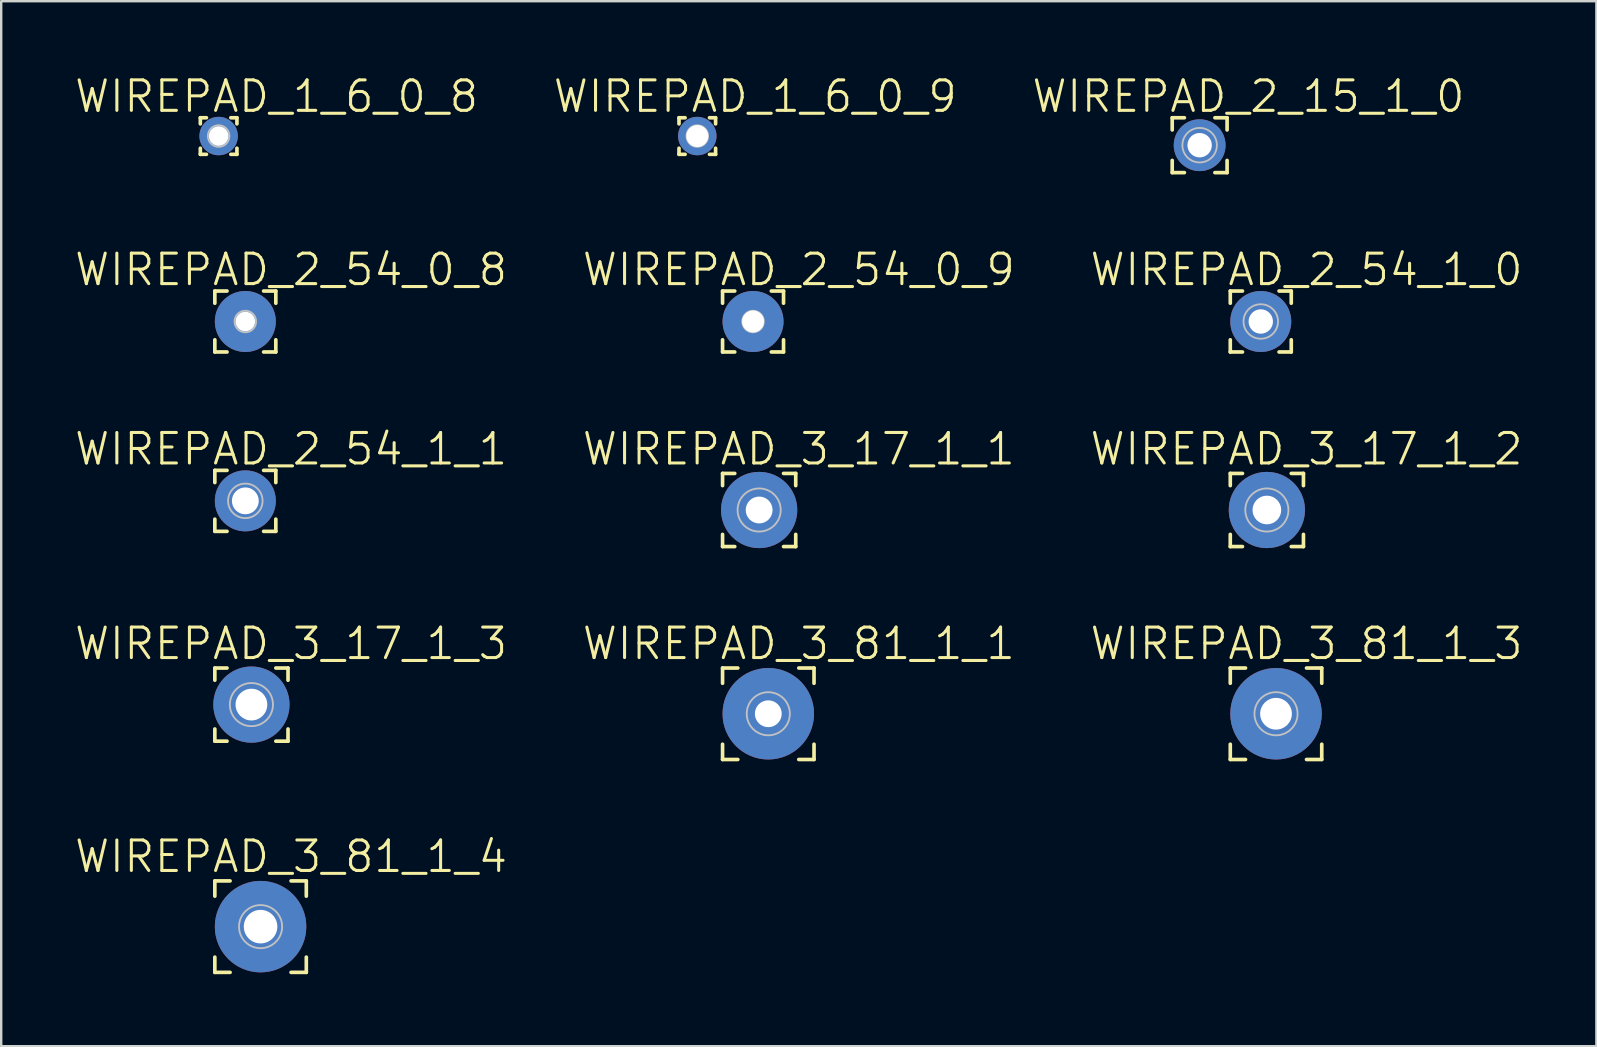
<source format=kicad_pcb>
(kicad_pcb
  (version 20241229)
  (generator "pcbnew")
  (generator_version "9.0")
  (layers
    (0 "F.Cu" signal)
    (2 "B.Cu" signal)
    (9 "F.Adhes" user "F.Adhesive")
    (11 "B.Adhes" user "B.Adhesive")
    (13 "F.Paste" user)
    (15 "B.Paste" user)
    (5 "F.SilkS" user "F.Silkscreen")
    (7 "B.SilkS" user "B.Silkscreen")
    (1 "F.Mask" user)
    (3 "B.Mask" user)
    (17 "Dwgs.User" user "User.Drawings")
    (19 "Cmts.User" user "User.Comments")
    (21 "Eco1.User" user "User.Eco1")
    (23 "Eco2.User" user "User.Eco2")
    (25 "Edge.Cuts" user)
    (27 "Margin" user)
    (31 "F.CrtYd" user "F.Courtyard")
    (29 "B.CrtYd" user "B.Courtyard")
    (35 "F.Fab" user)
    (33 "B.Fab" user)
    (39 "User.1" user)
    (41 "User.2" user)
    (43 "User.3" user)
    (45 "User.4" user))
  (footprint "WIREPAD_2_54_1_0"
    (layer "F.Cu")
    (at 49.467 10.342)
    (property "Reference" "WIREPAD_2_54_1_0" (at 1.905 -2.159 0) (layer "F.SilkS") (effects (font (size 1.27 1.27) (thickness 0.127))))
    (attr exclude_from_pos_files exclude_from_bom)
    (fp_line (start -1.27 -1.27) (end -1.27 -0.762) (stroke (width 0.152) (type solid)) (layer "F.SilkS"))
    (fp_line (start -1.27 -1.27) (end -0.762 -1.27) (stroke (width 0.152) (type solid)) (layer "F.SilkS"))
    (fp_line (start -1.27 1.27) (end -1.27 0.762) (stroke (width 0.152) (type solid)) (layer "F.SilkS"))
    (fp_line (start -1.27 1.27) (end -0.762 1.27) (stroke (width 0.152) (type solid)) (layer "F.SilkS"))
    (fp_line (start 0.762 1.27) (end 1.27 1.27) (stroke (width 0.152) (type solid)) (layer "F.SilkS"))
    (fp_line (start 1.27 -1.27) (end 0.762 -1.27) (stroke (width 0.152) (type solid)) (layer "F.SilkS"))
    (fp_line (start 1.27 -1.27) (end 1.27 -0.762) (stroke (width 0.152) (type solid)) (layer "F.SilkS"))
    (fp_line (start 1.27 1.27) (end 1.27 0.762) (stroke (width 0.152) (type solid)) (layer "F.SilkS"))
    (fp_circle (center 0 0) (end -0.508 0.508) (stroke (width 0.076) (type solid)) (fill no) (layer "Dwgs.User"))
    (pad "1" thru_hole circle (at 0 0) (size 2.54 2.54) (drill 1.016) (layers "*.Cu" "*.Paste" "*.Mask")))
  (footprint "WIREPAD_2_54_0_8"
    (layer "F.Cu")
    (at 7.169 10.342)
    (property "Reference" "WIREPAD_2_54_0_8" (at 1.905 -2.159 0) (layer "F.SilkS") (effects (font (size 1.27 1.27) (thickness 0.127))))
    (attr exclude_from_pos_files exclude_from_bom)
    (fp_line (start -1.27 -1.27) (end -1.27 -0.762) (stroke (width 0.152) (type solid)) (layer "F.SilkS"))
    (fp_line (start -1.27 -1.27) (end -0.762 -1.27) (stroke (width 0.152) (type solid)) (layer "F.SilkS"))
    (fp_line (start -1.27 1.27) (end -1.27 0.762) (stroke (width 0.152) (type solid)) (layer "F.SilkS"))
    (fp_line (start -0.762 1.27) (end -1.27 1.27) (stroke (width 0.152) (type solid)) (layer "F.SilkS"))
    (fp_line (start 1.27 -1.27) (end 0.762 -1.27) (stroke (width 0.152) (type solid)) (layer "F.SilkS"))
    (fp_line (start 1.27 -1.27) (end 1.27 -0.762) (stroke (width 0.152) (type solid)) (layer "F.SilkS"))
    (fp_line (start 1.27 0.762) (end 1.27 1.27) (stroke (width 0.152) (type solid)) (layer "F.SilkS"))
    (fp_line (start 1.27 1.27) (end 0.762 1.27) (stroke (width 0.152) (type solid)) (layer "F.SilkS"))
    (fp_circle (center 0 0) (end -0.318 0.318) (stroke (width 0.076) (type solid)) (fill no) (layer "Dwgs.User"))
    (pad "1" thru_hole circle (at 0 0) (size 2.54 2.54) (drill 0.813) (layers "*.Cu" "*.Paste" "*.Mask")))
  (footprint "WIREPAD_3_81_1_3"
    (layer "F.Cu")
    (at 50.102 26.681)
    (property "Reference" "WIREPAD_3_81_1_3" (at 1.27 -2.921 0) (layer "F.SilkS") (effects (font (size 1.27 1.27) (thickness 0.127))))
    (attr exclude_from_pos_files exclude_from_bom)
    (fp_line (start -1.905 -1.905) (end -1.27 -1.905) (stroke (width 0.152) (type solid)) (layer "F.SilkS"))
    (fp_line (start -1.905 -1.27) (end -1.905 -1.905) (stroke (width 0.152) (type solid)) (layer "F.SilkS"))
    (fp_line (start -1.905 1.905) (end -1.905 1.27) (stroke (width 0.152) (type solid)) (layer "F.SilkS"))
    (fp_line (start -1.27 1.905) (end -1.905 1.905) (stroke (width 0.152) (type solid)) (layer "F.SilkS"))
    (fp_line (start 1.27 -1.905) (end 1.905 -1.905) (stroke (width 0.152) (type solid)) (layer "F.SilkS"))
    (fp_line (start 1.905 -1.905) (end 1.905 -1.27) (stroke (width 0.152) (type solid)) (layer "F.SilkS"))
    (fp_line (start 1.905 1.27) (end 1.905 1.905) (stroke (width 0.152) (type solid)) (layer "F.SilkS"))
    (fp_line (start 1.905 1.905) (end 1.27 1.905) (stroke (width 0.152) (type solid)) (layer "F.SilkS"))
    (fp_circle (center 0 0) (end -0.635 0.635) (stroke (width 0.076) (type solid)) (fill no) (layer "Dwgs.User"))
    (pad "1" thru_hole circle (at 0 0) (size 3.81 3.81) (drill 1.321) (layers "*.Cu" "*.Paste" "*.Mask")))
  (footprint "WIREPAD_3_17_1_3"
    (layer "F.Cu")
    (at 7.423 26.3)
    (property "Reference" "WIREPAD_3_17_1_3" (at 1.651 -2.54 0) (layer "F.SilkS") (effects (font (size 1.27 1.27) (thickness 0.127))))
    (attr exclude_from_pos_files exclude_from_bom)
    (fp_line (start -1.524 -1.524) (end -1.016 -1.524) (stroke (width 0.152) (type solid)) (layer "F.SilkS"))
    (fp_line (start -1.524 -1.016) (end -1.524 -1.524) (stroke (width 0.152) (type solid)) (layer "F.SilkS"))
    (fp_line (start -1.524 1.524) (end -1.524 1.016) (stroke (width 0.152) (type solid)) (layer "F.SilkS"))
    (fp_line (start -1.016 1.524) (end -1.524 1.524) (stroke (width 0.152) (type solid)) (layer "F.SilkS"))
    (fp_line (start 1.016 -1.524) (end 1.524 -1.524) (stroke (width 0.152) (type solid)) (layer "F.SilkS"))
    (fp_line (start 1.524 -1.524) (end 1.524 -1.016) (stroke (width 0.152) (type solid)) (layer "F.SilkS"))
    (fp_line (start 1.524 1.016) (end 1.524 1.524) (stroke (width 0.152) (type solid)) (layer "F.SilkS"))
    (fp_line (start 1.524 1.524) (end 1.016 1.524) (stroke (width 0.152) (type solid)) (layer "F.SilkS"))
    (fp_circle (center 0 0) (end -0.635 0.635) (stroke (width 0.076) (type solid)) (fill no) (layer "Dwgs.User"))
    (pad "1" thru_hole circle (at 0 0) (size 3.175 3.175) (drill 1.321) (layers "*.Cu" "*.Paste" "*.Mask")))
  (footprint "WIREPAD_3_17_1_1"
    (layer "F.Cu")
    (at 28.572 18.194)
    (property "Reference" "WIREPAD_3_17_1_1" (at 1.651 -2.54 0) (layer "F.SilkS") (effects (font (size 1.27 1.27) (thickness 0.127))))
    (attr exclude_from_pos_files exclude_from_bom)
    (fp_line (start -1.524 -1.524) (end -1.016 -1.524) (stroke (width 0.152) (type solid)) (layer "F.SilkS"))
    (fp_line (start -1.524 -1.016) (end -1.524 -1.524) (stroke (width 0.152) (type solid)) (layer "F.SilkS"))
    (fp_line (start -1.524 1.524) (end -1.524 1.016) (stroke (width 0.152) (type solid)) (layer "F.SilkS"))
    (fp_line (start -1.016 1.524) (end -1.524 1.524) (stroke (width 0.152) (type solid)) (layer "F.SilkS"))
    (fp_line (start 1.016 -1.524) (end 1.524 -1.524) (stroke (width 0.152) (type solid)) (layer "F.SilkS"))
    (fp_line (start 1.524 -1.524) (end 1.524 -1.016) (stroke (width 0.152) (type solid)) (layer "F.SilkS"))
    (fp_line (start 1.524 1.016) (end 1.524 1.524) (stroke (width 0.152) (type solid)) (layer "F.SilkS"))
    (fp_line (start 1.524 1.524) (end 1.016 1.524) (stroke (width 0.152) (type solid)) (layer "F.SilkS"))
    (fp_circle (center 0 0) (end -0.635 0.635) (stroke (width 0.076) (type solid)) (fill no) (layer "Dwgs.User"))
    (pad "1" thru_hole circle (at 0 0) (size 3.175 3.175) (drill 1.118) (layers "*.Cu" "*.Paste" "*.Mask")))
  (footprint "WIREPAD_3_81_1_4"
    (layer "F.Cu")
    (at 7.804 35.549)
    (property "Reference" "WIREPAD_3_81_1_4" (at 1.27 -2.921 0) (layer "F.SilkS") (effects (font (size 1.27 1.27) (thickness 0.127))))
    (attr exclude_from_pos_files exclude_from_bom)
    (fp_line (start -1.905 -1.905) (end -1.27 -1.905) (stroke (width 0.152) (type solid)) (layer "F.SilkS"))
    (fp_line (start -1.905 -1.27) (end -1.905 -1.905) (stroke (width 0.152) (type solid)) (layer "F.SilkS"))
    (fp_line (start -1.905 1.905) (end -1.905 1.27) (stroke (width 0.152) (type solid)) (layer "F.SilkS"))
    (fp_line (start -1.27 1.905) (end -1.905 1.905) (stroke (width 0.152) (type solid)) (layer "F.SilkS"))
    (fp_line (start 1.27 -1.905) (end 1.905 -1.905) (stroke (width 0.152) (type solid)) (layer "F.SilkS"))
    (fp_line (start 1.905 -1.905) (end 1.905 -1.27) (stroke (width 0.152) (type solid)) (layer "F.SilkS"))
    (fp_line (start 1.905 1.27) (end 1.905 1.905) (stroke (width 0.152) (type solid)) (layer "F.SilkS"))
    (fp_line (start 1.905 1.905) (end 1.27 1.905) (stroke (width 0.152) (type solid)) (layer "F.SilkS"))
    (fp_circle (center 0 0) (end -0.635 0.635) (stroke (width 0.076) (type solid)) (fill no) (layer "Dwgs.User"))
    (pad "1" thru_hole circle (at 0 0) (size 3.81 3.81) (drill 1.397) (layers "*.Cu" "*.Paste" "*.Mask")))
  (footprint "WIREPAD_2_54_1_1"
    (layer "F.Cu")
    (at 7.169 17.813)
    (property "Reference" "WIREPAD_2_54_1_1" (at 1.905 -2.159 0) (layer "F.SilkS") (effects (font (size 1.27 1.27) (thickness 0.127))))
    (attr exclude_from_pos_files exclude_from_bom)
    (fp_line (start -1.27 -1.27) (end -1.27 -0.762) (stroke (width 0.152) (type solid)) (layer "F.SilkS"))
    (fp_line (start -1.27 -1.27) (end -0.762 -1.27) (stroke (width 0.152) (type solid)) (layer "F.SilkS"))
    (fp_line (start -1.27 1.27) (end -1.27 0.762) (stroke (width 0.152) (type solid)) (layer "F.SilkS"))
    (fp_line (start -1.27 1.27) (end -0.762 1.27) (stroke (width 0.152) (type solid)) (layer "F.SilkS"))
    (fp_line (start 1.27 -1.27) (end 0.762 -1.27) (stroke (width 0.152) (type solid)) (layer "F.SilkS"))
    (fp_line (start 1.27 -1.27) (end 1.27 -0.762) (stroke (width 0.152) (type solid)) (layer "F.SilkS"))
    (fp_line (start 1.27 1.27) (end 0.762 1.27) (stroke (width 0.152) (type solid)) (layer "F.SilkS"))
    (fp_line (start 1.27 1.27) (end 1.27 0.762) (stroke (width 0.152) (type solid)) (layer "F.SilkS"))
    (fp_circle (center 0 0) (end -0.508 0.508) (stroke (width 0.076) (type solid)) (fill no) (layer "Dwgs.User"))
    (pad "1" thru_hole circle (at 0 0) (size 2.54 2.54) (drill 1.118) (layers "*.Cu" "*.Paste" "*.Mask")))
  (footprint "WIREPAD_3_17_1_2"
    (layer "F.Cu")
    (at 49.721 18.194)
    (property "Reference" "WIREPAD_3_17_1_2" (at 1.651 -2.54 0) (layer "F.SilkS") (effects (font (size 1.27 1.27) (thickness 0.127))))
    (attr exclude_from_pos_files exclude_from_bom)
    (fp_line (start -1.524 -1.524) (end -1.016 -1.524) (stroke (width 0.152) (type solid)) (layer "F.SilkS"))
    (fp_line (start -1.524 -1.016) (end -1.524 -1.524) (stroke (width 0.152) (type solid)) (layer "F.SilkS"))
    (fp_line (start -1.524 1.524) (end -1.524 1.016) (stroke (width 0.152) (type solid)) (layer "F.SilkS"))
    (fp_line (start -1.016 1.524) (end -1.524 1.524) (stroke (width 0.152) (type solid)) (layer "F.SilkS"))
    (fp_line (start 1.016 -1.524) (end 1.524 -1.524) (stroke (width 0.152) (type solid)) (layer "F.SilkS"))
    (fp_line (start 1.524 -1.524) (end 1.524 -1.016) (stroke (width 0.152) (type solid)) (layer "F.SilkS"))
    (fp_line (start 1.524 1.016) (end 1.524 1.524) (stroke (width 0.152) (type solid)) (layer "F.SilkS"))
    (fp_line (start 1.524 1.524) (end 1.016 1.524) (stroke (width 0.152) (type solid)) (layer "F.SilkS"))
    (fp_circle (center 0 0) (end -0.635 0.635) (stroke (width 0.076) (type solid)) (fill no) (layer "Dwgs.User"))
    (pad "1" thru_hole circle (at 0 0) (size 3.175 3.175) (drill 1.194) (layers "*.Cu" "*.Paste" "*.Mask")))
  (footprint "WIREPAD_1_6_0_8"
    (layer "F.Cu")
    (at 6.057 2.617)
    (property "Reference" "WIREPAD_1_6_0_8" (at 2.413 -1.651 0) (layer "F.SilkS") (effects (font (size 1.27 1.27) (thickness 0.127))))
    (attr exclude_from_pos_files exclude_from_bom)
    (fp_line (start -0.762 -0.762) (end -0.762 -0.508) (stroke (width 0.152) (type solid)) (layer "F.SilkS"))
    (fp_line (start -0.762 -0.762) (end -0.508 -0.762) (stroke (width 0.152) (type solid)) (layer "F.SilkS"))
    (fp_line (start -0.762 0.762) (end -0.762 0.508) (stroke (width 0.152) (type solid)) (layer "F.SilkS"))
    (fp_line (start -0.508 0.762) (end -0.762 0.762) (stroke (width 0.152) (type solid)) (layer "F.SilkS"))
    (fp_line (start 0.762 -0.762) (end 0.508 -0.762) (stroke (width 0.152) (type solid)) (layer "F.SilkS"))
    (fp_line (start 0.762 -0.762) (end 0.762 -0.508) (stroke (width 0.152) (type solid)) (layer "F.SilkS"))
    (fp_line (start 0.762 0.508) (end 0.762 0.762) (stroke (width 0.152) (type solid)) (layer "F.SilkS"))
    (fp_line (start 0.762 0.762) (end 0.508 0.762) (stroke (width 0.152) (type solid)) (layer "F.SilkS"))
    (fp_circle (center 0 0) (end -0.318 0.318) (stroke (width 0.076) (type solid)) (fill no) (layer "Dwgs.User"))
    (pad "1" thru_hole circle (at 0 0) (size 1.6 1.6) (drill 0.813) (layers "*.Cu" "*.Paste" "*.Mask")))
  (footprint "WIREPAD_1_6_0_9"
    (layer "F.Cu")
    (at 25.996 2.617)
    (property "Reference" "WIREPAD_1_6_0_9" (at 2.413 -1.651 0) (layer "F.SilkS") (effects (font (size 1.27 1.27) (thickness 0.127))))
    (attr exclude_from_pos_files exclude_from_bom)
    (fp_line (start -0.762 -0.762) (end -0.762 -0.508) (stroke (width 0.152) (type solid)) (layer "F.SilkS"))
    (fp_line (start -0.762 0.508) (end -0.762 0.762) (stroke (width 0.152) (type solid)) (layer "F.SilkS"))
    (fp_line (start -0.762 0.762) (end -0.508 0.762) (stroke (width 0.152) (type solid)) (layer "F.SilkS"))
    (fp_line (start -0.508 -0.762) (end -0.762 -0.762) (stroke (width 0.152) (type solid)) (layer "F.SilkS"))
    (fp_line (start 0.508 0.762) (end 0.762 0.762) (stroke (width 0.152) (type solid)) (layer "F.SilkS"))
    (fp_line (start 0.762 -0.762) (end 0.508 -0.762) (stroke (width 0.152) (type solid)) (layer "F.SilkS"))
    (fp_line (start 0.762 -0.508) (end 0.762 -0.762) (stroke (width 0.152) (type solid)) (layer "F.SilkS"))
    (fp_line (start 0.762 0.762) (end 0.762 0.508) (stroke (width 0.152) (type solid)) (layer "F.SilkS"))
    (fp_circle (center 0 0) (end -0.318 0.318) (stroke (width 0.076) (type solid)) (fill no) (layer "Dwgs.User"))
    (pad "1" thru_hole circle (at 0 0) (size 1.6 1.6) (drill 0.914) (layers "*.Cu" "*.Paste" "*.Mask")))
  (footprint "WIREPAD_2_54_0_9"
    (layer "F.Cu")
    (at 28.318 10.342)
    (property "Reference" "WIREPAD_2_54_0_9" (at 1.905 -2.159 0) (layer "F.SilkS") (effects (font (size 1.27 1.27) (thickness 0.127))))
    (attr exclude_from_pos_files exclude_from_bom)
    (fp_line (start -1.27 -1.27) (end -1.27 -0.762) (stroke (width 0.152) (type solid)) (layer "F.SilkS"))
    (fp_line (start -1.27 -1.27) (end -0.762 -1.27) (stroke (width 0.152) (type solid)) (layer "F.SilkS"))
    (fp_line (start -1.27 1.27) (end -1.27 0.762) (stroke (width 0.152) (type solid)) (layer "F.SilkS"))
    (fp_line (start -0.762 1.27) (end -1.27 1.27) (stroke (width 0.152) (type solid)) (layer "F.SilkS"))
    (fp_line (start 1.27 -1.27) (end 0.762 -1.27) (stroke (width 0.152) (type solid)) (layer "F.SilkS"))
    (fp_line (start 1.27 -1.27) (end 1.27 -0.762) (stroke (width 0.152) (type solid)) (layer "F.SilkS"))
    (fp_line (start 1.27 0.762) (end 1.27 1.27) (stroke (width 0.152) (type solid)) (layer "F.SilkS"))
    (fp_line (start 1.27 1.27) (end 0.762 1.27) (stroke (width 0.152) (type solid)) (layer "F.SilkS"))
    (fp_circle (center 0 0) (end -0.318 0.318) (stroke (width 0.076) (type solid)) (fill no) (layer "Dwgs.User"))
    (pad "1" thru_hole circle (at 0 0) (size 2.54 2.54) (drill 0.914) (layers "*.Cu" "*.Paste" "*.Mask")))
  (footprint "WIREPAD_3_81_1_1"
    (layer "F.Cu")
    (at 28.953 26.681)
    (property "Reference" "WIREPAD_3_81_1_1" (at 1.27 -2.921 0) (layer "F.SilkS") (effects (font (size 1.27 1.27) (thickness 0.127))))
    (attr exclude_from_pos_files exclude_from_bom)
    (fp_line (start -1.905 -1.905) (end -1.27 -1.905) (stroke (width 0.152) (type solid)) (layer "F.SilkS"))
    (fp_line (start -1.905 -1.27) (end -1.905 -1.905) (stroke (width 0.152) (type solid)) (layer "F.SilkS"))
    (fp_line (start -1.905 1.905) (end -1.905 1.27) (stroke (width 0.152) (type solid)) (layer "F.SilkS"))
    (fp_line (start -1.27 1.905) (end -1.905 1.905) (stroke (width 0.152) (type solid)) (layer "F.SilkS"))
    (fp_line (start 1.27 -1.905) (end 1.905 -1.905) (stroke (width 0.152) (type solid)) (layer "F.SilkS"))
    (fp_line (start 1.905 -1.905) (end 1.905 -1.27) (stroke (width 0.152) (type solid)) (layer "F.SilkS"))
    (fp_line (start 1.905 1.27) (end 1.905 1.905) (stroke (width 0.152) (type solid)) (layer "F.SilkS"))
    (fp_line (start 1.905 1.905) (end 1.27 1.905) (stroke (width 0.152) (type solid)) (layer "F.SilkS"))
    (fp_circle (center 0 0) (end -0.635 0.635) (stroke (width 0.076) (type solid)) (fill no) (layer "Dwgs.User"))
    (pad "1" thru_hole circle (at 0 0) (size 3.81 3.81) (drill 1.118) (layers "*.Cu" "*.Paste" "*.Mask")))
  (footprint "WIREPAD_2_15_1_0"
    (layer "F.Cu")
    (at 46.921 2.998)
    (property "Reference" "WIREPAD_2_15_1_0" (at 2.032 -2.032 0) (layer "F.SilkS") (effects (font (size 1.27 1.27) (thickness 0.127))))
    (attr exclude_from_pos_files exclude_from_bom)
    (fp_line (start -1.143 -1.143) (end -1.143 -0.635) (stroke (width 0.152) (type solid)) (layer "F.SilkS"))
    (fp_line (start -1.143 0.635) (end -1.143 1.143) (stroke (width 0.152) (type solid)) (layer "F.SilkS"))
    (fp_line (start -1.143 1.143) (end -0.635 1.143) (stroke (width 0.152) (type solid)) (layer "F.SilkS"))
    (fp_line (start -0.635 -1.143) (end -1.143 -1.143) (stroke (width 0.152) (type solid)) (layer "F.SilkS"))
    (fp_line (start 1.143 -1.143) (end 0.635 -1.143) (stroke (width 0.152) (type solid)) (layer "F.SilkS"))
    (fp_line (start 1.143 -0.635) (end 1.143 -1.143) (stroke (width 0.152) (type solid)) (layer "F.SilkS"))
    (fp_line (start 1.143 1.143) (end 0.635 1.143) (stroke (width 0.152) (type solid)) (layer "F.SilkS"))
    (fp_line (start 1.143 1.143) (end 1.143 0.635) (stroke (width 0.152) (type solid)) (layer "F.SilkS"))
    (fp_circle (center 0 0) (end -0.508 0.508) (stroke (width 0.076) (type solid)) (fill no) (layer "Dwgs.User"))
    (pad "1" thru_hole circle (at 0 0) (size 2.159 2.159) (drill 1.016) (layers "*.Cu" "*.Paste" "*.Mask")))
  (gr_rect
    (start -3 -3)
    (end 63.447 40.53)
    (stroke (width 0.1) (type default))
    (fill no)
    (layer "Edge.Cuts")))
</source>
